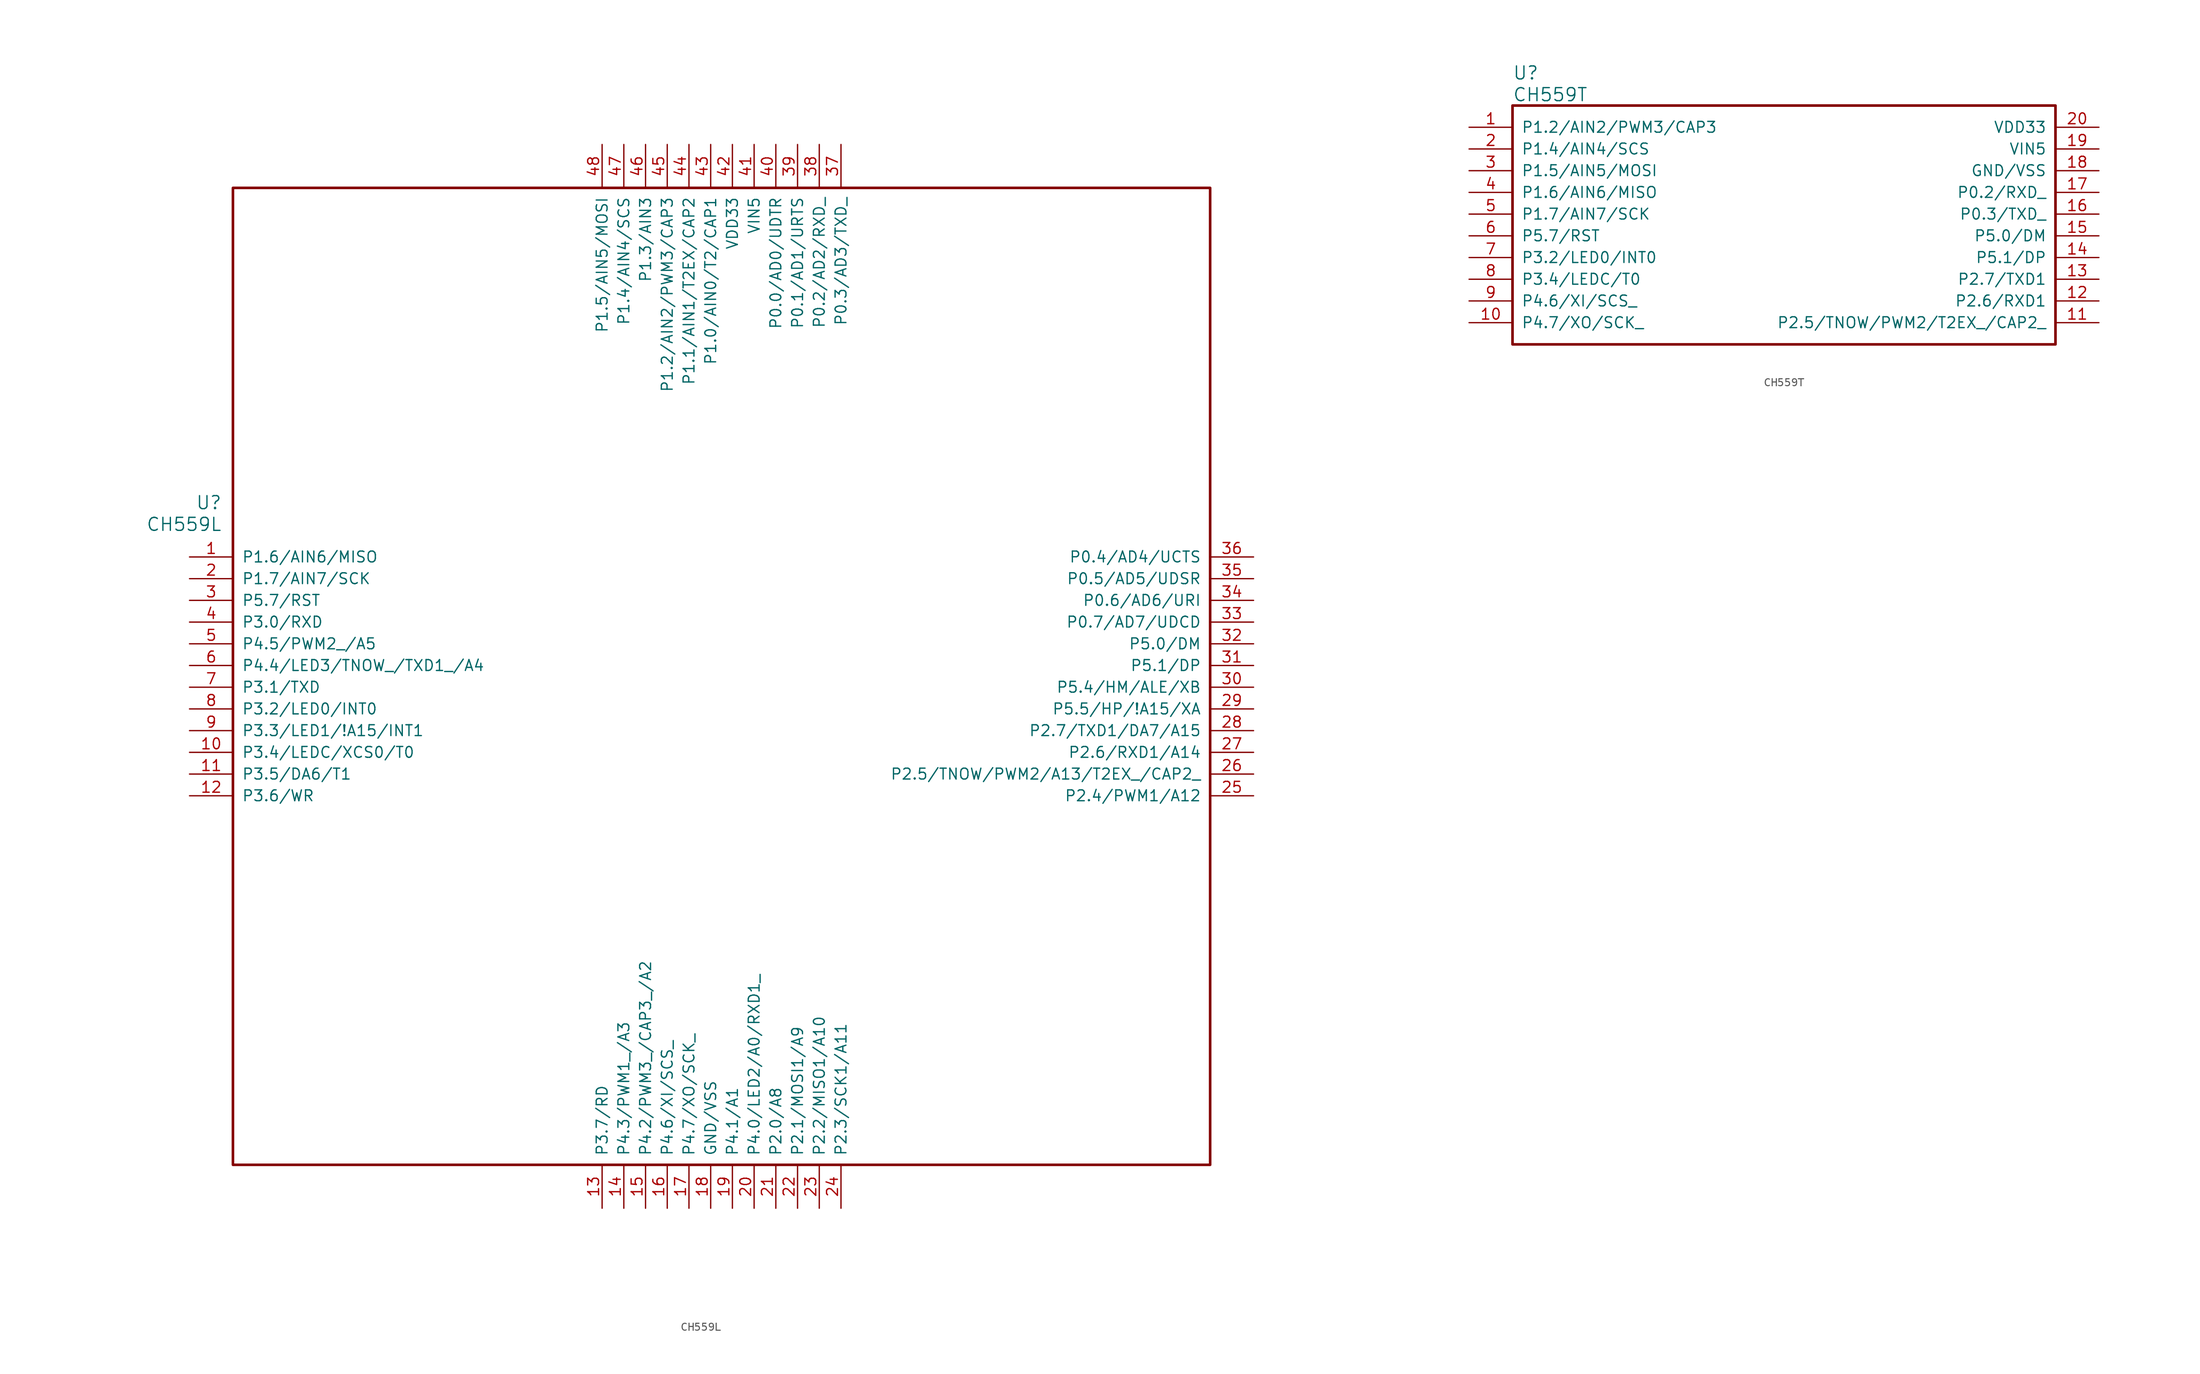
<source format=kicad_sym>
(kicad_symbol_lib
  (version 20240819)
  (generator "kicad_symbol_editor")
  (generator_version "8.99")
  (symbol "CH559L"
    (pin_names
      (offset 1.016))
    (property "Reference" "U"
      (at 3.81 6.35 0)
      (effects (font (size 1.524 1.524)) (justify right)))
    (property "Value" "CH559L"
      (at 3.81 3.81 0)
      (effects (font (size 1.524 1.524)) (justify right)))
    (property "ki_locked" ""
      (at 0 0 0)
      (effects (font (size 1.27 1.27))))
    (symbol "CH559L_1_1"
      (rectangle (start 5.08 43.18) (end 119.38 -71.12) (stroke (width 0.305) (type solid)) (fill (type none)))
      (pin bidirectional line (at 0 0 0) (length 5.08) (name "P1.6/AIN6/MISO" (effects (font (size 1.27 1.27)))) (number "1" (effects (font (size 1.27 1.27)))))
      (pin bidirectional line (at 0 -2.54 0) (length 5.08) (name "P1.7/AIN7/SCK" (effects (font (size 1.27 1.27)))) (number "2" (effects (font (size 1.27 1.27)))))
      (pin bidirectional line (at 0 -5.08 0) (length 5.08) (name "P5.7/RST" (effects (font (size 1.27 1.27)))) (number "3" (effects (font (size 1.27 1.27)))))
      (pin bidirectional line (at 0 -7.62 0) (length 5.08) (name "P3.0/RXD" (effects (font (size 1.27 1.27)))) (number "4" (effects (font (size 1.27 1.27)))))
      (pin bidirectional line (at 0 -10.16 0) (length 5.08) (name "P4.5/PWM2_/A5" (effects (font (size 1.27 1.27)))) (number "5" (effects (font (size 1.27 1.27)))))
      (pin bidirectional line (at 0 -12.7 0) (length 5.08) (name "P4.4/LED3/TNOW_/TXD1_/A4" (effects (font (size 1.27 1.27)))) (number "6" (effects (font (size 1.27 1.27)))))
      (pin bidirectional line (at 0 -15.24 0) (length 5.08) (name "P3.1/TXD" (effects (font (size 1.27 1.27)))) (number "7" (effects (font (size 1.27 1.27)))))
      (pin bidirectional line (at 0 -17.78 0) (length 5.08) (name "P3.2/LED0/INT0" (effects (font (size 1.27 1.27)))) (number "8" (effects (font (size 1.27 1.27)))))
      (pin bidirectional line (at 0 -20.32 0) (length 5.08) (name "P3.3/LED1/!A15/INT1" (effects (font (size 1.27 1.27)))) (number "9" (effects (font (size 1.27 1.27)))))
      (pin bidirectional line (at 0 -22.86 0) (length 5.08) (name "P3.4/LEDC/XCS0/T0" (effects (font (size 1.27 1.27)))) (number "10" (effects (font (size 1.27 1.27)))))
      (pin bidirectional line (at 0 -25.4 0) (length 5.08) (name "P3.5/DA6/T1" (effects (font (size 1.27 1.27)))) (number "11" (effects (font (size 1.27 1.27)))))
      (pin bidirectional line (at 0 -27.94 0) (length 5.08) (name "P3.6/WR" (effects (font (size 1.27 1.27)))) (number "12" (effects (font (size 1.27 1.27)))))
      (pin bidirectional line (at 48.26 48.26 270) (length 5.08) (name "P1.5/AIN5/MOSI" (effects (font (size 1.27 1.27)))) (number "48" (effects (font (size 1.27 1.27)))))
      (pin bidirectional line (at 48.26 -76.2 90) (length 5.08) (name "P3.7/RD" (effects (font (size 1.27 1.27)))) (number "13" (effects (font (size 1.27 1.27)))))
      (pin bidirectional line (at 50.8 48.26 270) (length 5.08) (name "P1.4/AIN4/SCS" (effects (font (size 1.27 1.27)))) (number "47" (effects (font (size 1.27 1.27)))))
      (pin bidirectional line (at 50.8 -76.2 90) (length 5.08) (name "P4.3/PWM1_/A3" (effects (font (size 1.27 1.27)))) (number "14" (effects (font (size 1.27 1.27)))))
      (pin bidirectional line (at 53.34 48.26 270) (length 5.08) (name "P1.3/AIN3" (effects (font (size 1.27 1.27)))) (number "46" (effects (font (size 1.27 1.27)))))
      (pin bidirectional line (at 53.34 -76.2 90) (length 5.08) (name "P4.2/PWM3_/CAP3_/A2" (effects (font (size 1.27 1.27)))) (number "15" (effects (font (size 1.27 1.27)))))
      (pin bidirectional line (at 55.88 48.26 270) (length 5.08) (name "P1.2/AIN2/PWM3/CAP3" (effects (font (size 1.27 1.27)))) (number "45" (effects (font (size 1.27 1.27)))))
      (pin bidirectional line (at 55.88 -76.2 90) (length 5.08) (name "P4.6/XI/SCS_" (effects (font (size 1.27 1.27)))) (number "16" (effects (font (size 1.27 1.27)))))
      (pin bidirectional line (at 58.42 48.26 270) (length 5.08) (name "P1.1/AIN1/T2EX/CAP2" (effects (font (size 1.27 1.27)))) (number "44" (effects (font (size 1.27 1.27)))))
      (pin bidirectional line (at 58.42 -76.2 90) (length 5.08) (name "P4.7/XO/SCK_" (effects (font (size 1.27 1.27)))) (number "17" (effects (font (size 1.27 1.27)))))
      (pin bidirectional line (at 60.96 48.26 270) (length 5.08) (name "P1.0/AIN0/T2/CAP1" (effects (font (size 1.27 1.27)))) (number "43" (effects (font (size 1.27 1.27)))))
      (pin power_in line (at 60.96 -76.2 90) (length 5.08) (name "GND/VSS" (effects (font (size 1.27 1.27)))) (number "18" (effects (font (size 1.27 1.27)))))
      (pin power_in line (at 63.5 48.26 270) (length 5.08) (name "VDD33" (effects (font (size 1.27 1.27)))) (number "42" (effects (font (size 1.27 1.27)))))
      (pin bidirectional line (at 63.5 -76.2 90) (length 5.08) (name "P4.1/A1" (effects (font (size 1.27 1.27)))) (number "19" (effects (font (size 1.27 1.27)))))
      (pin power_in line (at 66.04 48.26 270) (length 5.08) (name "VIN5" (effects (font (size 1.27 1.27)))) (number "41" (effects (font (size 1.27 1.27)))))
      (pin bidirectional line (at 66.04 -76.2 90) (length 5.08) (name "P4.0/LED2/A0/RXD1_" (effects (font (size 1.27 1.27)))) (number "20" (effects (font (size 1.27 1.27)))))
      (pin bidirectional line (at 68.58 48.26 270) (length 5.08) (name "P0.0/AD0/UDTR" (effects (font (size 1.27 1.27)))) (number "40" (effects (font (size 1.27 1.27)))))
      (pin bidirectional line (at 68.58 -76.2 90) (length 5.08) (name "P2.0/A8" (effects (font (size 1.27 1.27)))) (number "21" (effects (font (size 1.27 1.27)))))
      (pin bidirectional line (at 71.12 48.26 270) (length 5.08) (name "P0.1/AD1/URTS" (effects (font (size 1.27 1.27)))) (number "39" (effects (font (size 1.27 1.27)))))
      (pin bidirectional line (at 71.12 -76.2 90) (length 5.08) (name "P2.1/MOSI1/A9" (effects (font (size 1.27 1.27)))) (number "22" (effects (font (size 1.27 1.27)))))
      (pin bidirectional line (at 73.66 48.26 270) (length 5.08) (name "P0.2/AD2/RXD_" (effects (font (size 1.27 1.27)))) (number "38" (effects (font (size 1.27 1.27)))))
      (pin bidirectional line (at 73.66 -76.2 90) (length 5.08) (name "P2.2/MISO1/A10" (effects (font (size 1.27 1.27)))) (number "23" (effects (font (size 1.27 1.27)))))
      (pin bidirectional line (at 76.2 48.26 270) (length 5.08) (name "P0.3/AD3/TXD_" (effects (font (size 1.27 1.27)))) (number "37" (effects (font (size 1.27 1.27)))))
      (pin bidirectional line (at 76.2 -76.2 90) (length 5.08) (name "P2.3/SCK1/A11" (effects (font (size 1.27 1.27)))) (number "24" (effects (font (size 1.27 1.27)))))
      (pin bidirectional line (at 124.46 0 180) (length 5.08) (name "P0.4/AD4/UCTS" (effects (font (size 1.27 1.27)))) (number "36" (effects (font (size 1.27 1.27)))))
      (pin bidirectional line (at 124.46 -2.54 180) (length 5.08) (name "P0.5/AD5/UDSR" (effects (font (size 1.27 1.27)))) (number "35" (effects (font (size 1.27 1.27)))))
      (pin bidirectional line (at 124.46 -5.08 180) (length 5.08) (name "P0.6/AD6/URI" (effects (font (size 1.27 1.27)))) (number "34" (effects (font (size 1.27 1.27)))))
      (pin bidirectional line (at 124.46 -7.62 180) (length 5.08) (name "P0.7/AD7/UDCD" (effects (font (size 1.27 1.27)))) (number "33" (effects (font (size 1.27 1.27)))))
      (pin bidirectional line (at 124.46 -10.16 180) (length 5.08) (name "P5.0/DM" (effects (font (size 1.27 1.27)))) (number "32" (effects (font (size 1.27 1.27)))))
      (pin bidirectional line (at 124.46 -12.7 180) (length 5.08) (name "P5.1/DP" (effects (font (size 1.27 1.27)))) (number "31" (effects (font (size 1.27 1.27)))))
      (pin bidirectional line (at 124.46 -15.24 180) (length 5.08) (name "P5.4/HM/ALE/XB" (effects (font (size 1.27 1.27)))) (number "30" (effects (font (size 1.27 1.27)))))
      (pin bidirectional line (at 124.46 -17.78 180) (length 5.08) (name "P5.5/HP/!A15/XA" (effects (font (size 1.27 1.27)))) (number "29" (effects (font (size 1.27 1.27)))))
      (pin bidirectional line (at 124.46 -20.32 180) (length 5.08) (name "P2.7/TXD1/DA7/A15" (effects (font (size 1.27 1.27)))) (number "28" (effects (font (size 1.27 1.27)))))
      (pin bidirectional line (at 124.46 -22.86 180) (length 5.08) (name "P2.6/RXD1/A14" (effects (font (size 1.27 1.27)))) (number "27" (effects (font (size 1.27 1.27)))))
      (pin bidirectional line (at 124.46 -25.4 180) (length 5.08) (name "P2.5/TNOW/PWM2/A13/T2EX_/CAP2_" (effects (font (size 1.27 1.27)))) (number "26" (effects (font (size 1.27 1.27)))))
      (pin bidirectional line (at 124.46 -27.94 180) (length 5.08) (name "P2.4/PWM1/A12" (effects (font (size 1.27 1.27)))) (number "25" (effects (font (size 1.27 1.27)))))))
  (symbol "CH559T"
    (pin_names
      (offset 1.016))
    (property "Reference" "U"
      (at 5.08 6.35 0)
      (effects (font (size 1.524 1.524)) (justify left)))
    (property "Value" "CH559T"
      (at 5.08 3.81 0)
      (effects (font (size 1.524 1.524)) (justify left)))
    (property "ki_locked" ""
      (at 0 0 0)
      (effects (font (size 1.27 1.27))))
    (symbol "CH559T_1_1"
      (rectangle (start 5.08 2.54) (end 68.58 -25.4) (stroke (width 0.305) (type solid)) (fill (type none)))
      (pin bidirectional line (at 0 0 0) (length 5.08) (name "P1.2/AIN2/PWM3/CAP3" (effects (font (size 1.27 1.27)))) (number "1" (effects (font (size 1.27 1.27)))))
      (pin bidirectional line (at 0 -2.54 0) (length 5.08) (name "P1.4/AIN4/SCS" (effects (font (size 1.27 1.27)))) (number "2" (effects (font (size 1.27 1.27)))))
      (pin bidirectional line (at 0 -5.08 0) (length 5.08) (name "P1.5/AIN5/MOSI" (effects (font (size 1.27 1.27)))) (number "3" (effects (font (size 1.27 1.27)))))
      (pin bidirectional line (at 0 -7.62 0) (length 5.08) (name "P1.6/AIN6/MISO" (effects (font (size 1.27 1.27)))) (number "4" (effects (font (size 1.27 1.27)))))
      (pin bidirectional line (at 0 -10.16 0) (length 5.08) (name "P1.7/AIN7/SCK" (effects (font (size 1.27 1.27)))) (number "5" (effects (font (size 1.27 1.27)))))
      (pin bidirectional line (at 0 -12.7 0) (length 5.08) (name "P5.7/RST" (effects (font (size 1.27 1.27)))) (number "6" (effects (font (size 1.27 1.27)))))
      (pin bidirectional line (at 0 -15.24 0) (length 5.08) (name "P3.2/LED0/INT0" (effects (font (size 1.27 1.27)))) (number "7" (effects (font (size 1.27 1.27)))))
      (pin bidirectional line (at 0 -17.78 0) (length 5.08) (name "P3.4/LEDC/T0" (effects (font (size 1.27 1.27)))) (number "8" (effects (font (size 1.27 1.27)))))
      (pin bidirectional line (at 0 -20.32 0) (length 5.08) (name "P4.6/XI/SCS_" (effects (font (size 1.27 1.27)))) (number "9" (effects (font (size 1.27 1.27)))))
      (pin bidirectional line (at 0 -22.86 0) (length 5.08) (name "P4.7/XO/SCK_" (effects (font (size 1.27 1.27)))) (number "10" (effects (font (size 1.27 1.27)))))
      (pin power_in line (at 73.66 0 180) (length 5.08) (name "VDD33" (effects (font (size 1.27 1.27)))) (number "20" (effects (font (size 1.27 1.27)))))
      (pin power_in line (at 73.66 -2.54 180) (length 5.08) (name "VIN5" (effects (font (size 1.27 1.27)))) (number "19" (effects (font (size 1.27 1.27)))))
      (pin power_in line (at 73.66 -5.08 180) (length 5.08) (name "GND/VSS" (effects (font (size 1.27 1.27)))) (number "18" (effects (font (size 1.27 1.27)))))
      (pin bidirectional line (at 73.66 -7.62 180) (length 5.08) (name "P0.2/RXD_" (effects (font (size 1.27 1.27)))) (number "17" (effects (font (size 1.27 1.27)))))
      (pin bidirectional line (at 73.66 -10.16 180) (length 5.08) (name "P0.3/TXD_" (effects (font (size 1.27 1.27)))) (number "16" (effects (font (size 1.27 1.27)))))
      (pin bidirectional line (at 73.66 -12.7 180) (length 5.08) (name "P5.0/DM" (effects (font (size 1.27 1.27)))) (number "15" (effects (font (size 1.27 1.27)))))
      (pin bidirectional line (at 73.66 -15.24 180) (length 5.08) (name "P5.1/DP" (effects (font (size 1.27 1.27)))) (number "14" (effects (font (size 1.27 1.27)))))
      (pin bidirectional line (at 73.66 -17.78 180) (length 5.08) (name "P2.7/TXD1" (effects (font (size 1.27 1.27)))) (number "13" (effects (font (size 1.27 1.27)))))
      (pin bidirectional line (at 73.66 -20.32 180) (length 5.08) (name "P2.6/RXD1" (effects (font (size 1.27 1.27)))) (number "12" (effects (font (size 1.27 1.27)))))
      (pin bidirectional line (at 73.66 -22.86 180) (length 5.08) (name "P2.5/TNOW/PWM2/T2EX_/CAP2_" (effects (font (size 1.27 1.27)))) (number "11" (effects (font (size 1.27 1.27))))))))
</source>
